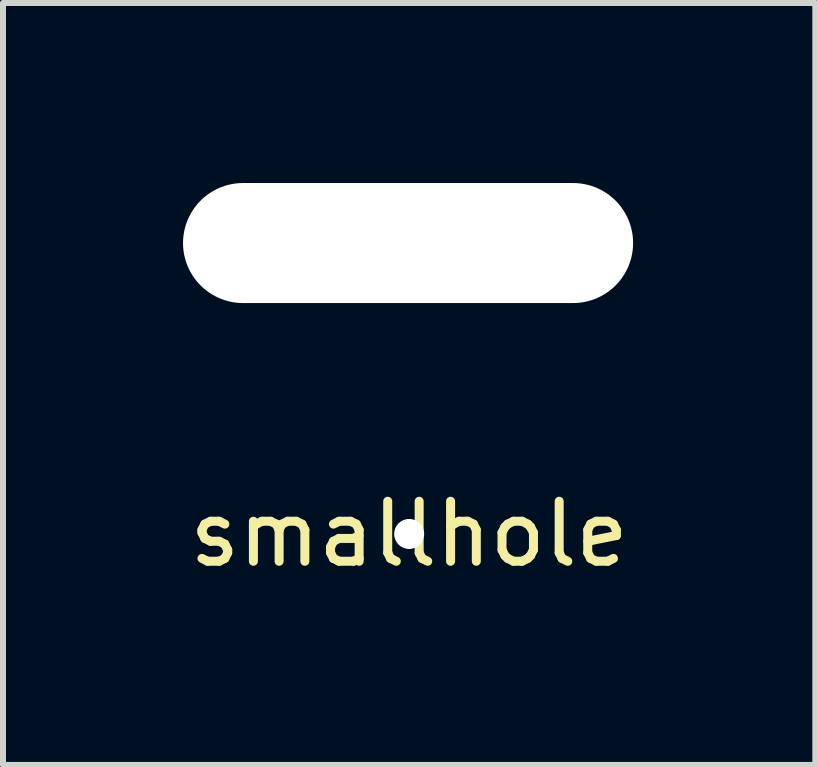
<source format=kicad_pcb>
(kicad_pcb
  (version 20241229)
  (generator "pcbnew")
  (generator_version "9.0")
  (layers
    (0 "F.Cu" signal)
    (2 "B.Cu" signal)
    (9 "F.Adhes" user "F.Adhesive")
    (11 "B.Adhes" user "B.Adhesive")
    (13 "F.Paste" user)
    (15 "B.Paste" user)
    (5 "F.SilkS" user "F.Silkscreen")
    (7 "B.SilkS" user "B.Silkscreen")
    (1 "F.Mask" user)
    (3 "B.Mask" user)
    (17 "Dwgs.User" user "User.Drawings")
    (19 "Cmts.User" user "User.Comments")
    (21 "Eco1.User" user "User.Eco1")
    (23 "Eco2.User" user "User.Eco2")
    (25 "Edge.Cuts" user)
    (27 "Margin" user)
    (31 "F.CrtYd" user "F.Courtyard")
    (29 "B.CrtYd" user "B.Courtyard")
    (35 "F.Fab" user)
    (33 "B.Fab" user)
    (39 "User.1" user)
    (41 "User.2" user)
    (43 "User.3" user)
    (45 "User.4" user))
  (footprint "hole"
    (layer "F.Cu")
    (at 3.75 1)
    (property "Reference" "hole" (at 0 0 0) (layer "F.SilkS") (effects (font (size 1 1) (thickness 0.15))))
    (attr through_hole)
    (pad "" np_thru_hole oval (at 0 0 90) (size 2 7.5) (drill oval 2 7.5) (layers "*.Cu")))
  (footprint "smallhole"
    (layer "F.Cu")
    (at 3.768 5.848)
    (property "Reference" "smallhole" (at 0 0 0) (layer "F.SilkS") (effects (font (size 1 1) (thickness 0.15))))
    (attr through_hole)
    (pad "" np_thru_hole circle (at 0 0) (size 0.5 0.5) (drill 0.5) (layers "*.Cu")))
  (gr_rect
    (start -3 -3)
    (end 10.536 9.697)
    (stroke (width 0.1) (type default))
    (fill no)
    (layer "Edge.Cuts")))
</source>
